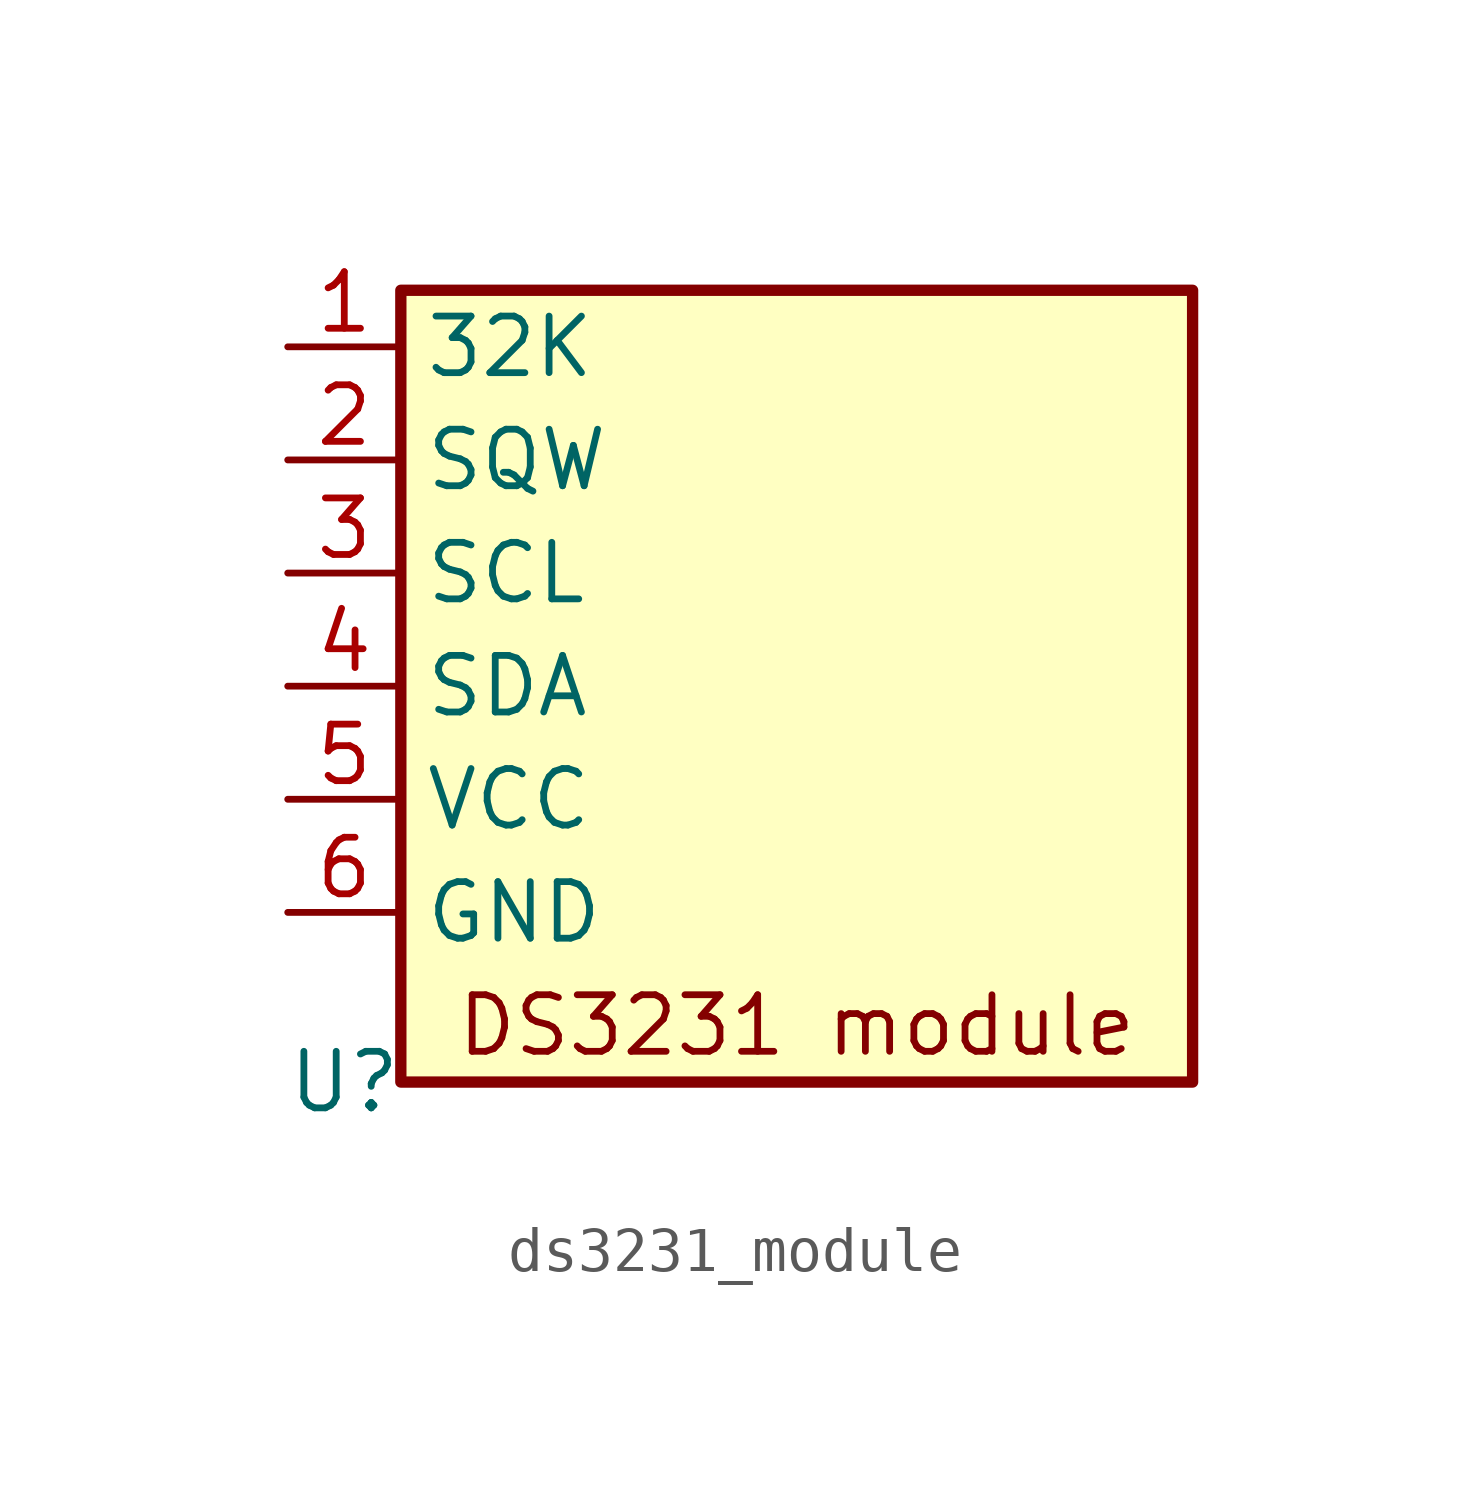
<source format=kicad_sym>
(kicad_symbol_lib
  (version 20220914)
  (generator kicad_symbol_editor)
  (symbol "ds3231_module"
    (property "Reference" "U"
      (at -1.27 0 0)
      (effects (font (size 1.27 1.27))))
    (property "Value" ""
      (at 0 0 0)
      (effects (font (size 1.27 1.27))))
    (symbol "ds3231_module_1_1"
      (rectangle (start 0 17.78) (end 17.78 0) (stroke (width 0.254) (type default)) (fill (type background)))
      (text_box "DS3231 module" (at 0 2.54 0) (size 17.78 -2.54) (stroke (width -0.0001) (type default)) (fill (type none)) (effects (font (size 1.27 1.27))))
      (pin output line (at -2.54 16.51 0) (length 2.54) (name "32K" (effects (font (size 1.27 1.27)))) (number "1" (effects (font (size 1.27 1.27)))))
      (pin output line (at -2.54 13.97 0) (length 2.54) (name "SQW" (effects (font (size 1.27 1.27)))) (number "2" (effects (font (size 1.27 1.27)))))
      (pin input line (at -2.54 11.43 0) (length 2.54) (name "SCL" (effects (font (size 1.27 1.27)))) (number "3" (effects (font (size 1.27 1.27)))))
      (pin bidirectional line (at -2.54 8.89 0) (length 2.54) (name "SDA" (effects (font (size 1.27 1.27)))) (number "4" (effects (font (size 1.27 1.27)))))
      (pin power_in line (at -2.54 6.35 0) (length 2.54) (name "VCC" (effects (font (size 1.27 1.27)))) (number "5" (effects (font (size 1.27 1.27)))))
      (pin power_in line (at -2.54 3.81 0) (length 2.54) (name "GND" (effects (font (size 1.27 1.27)))) (number "6" (effects (font (size 1.27 1.27))))))))
</source>
